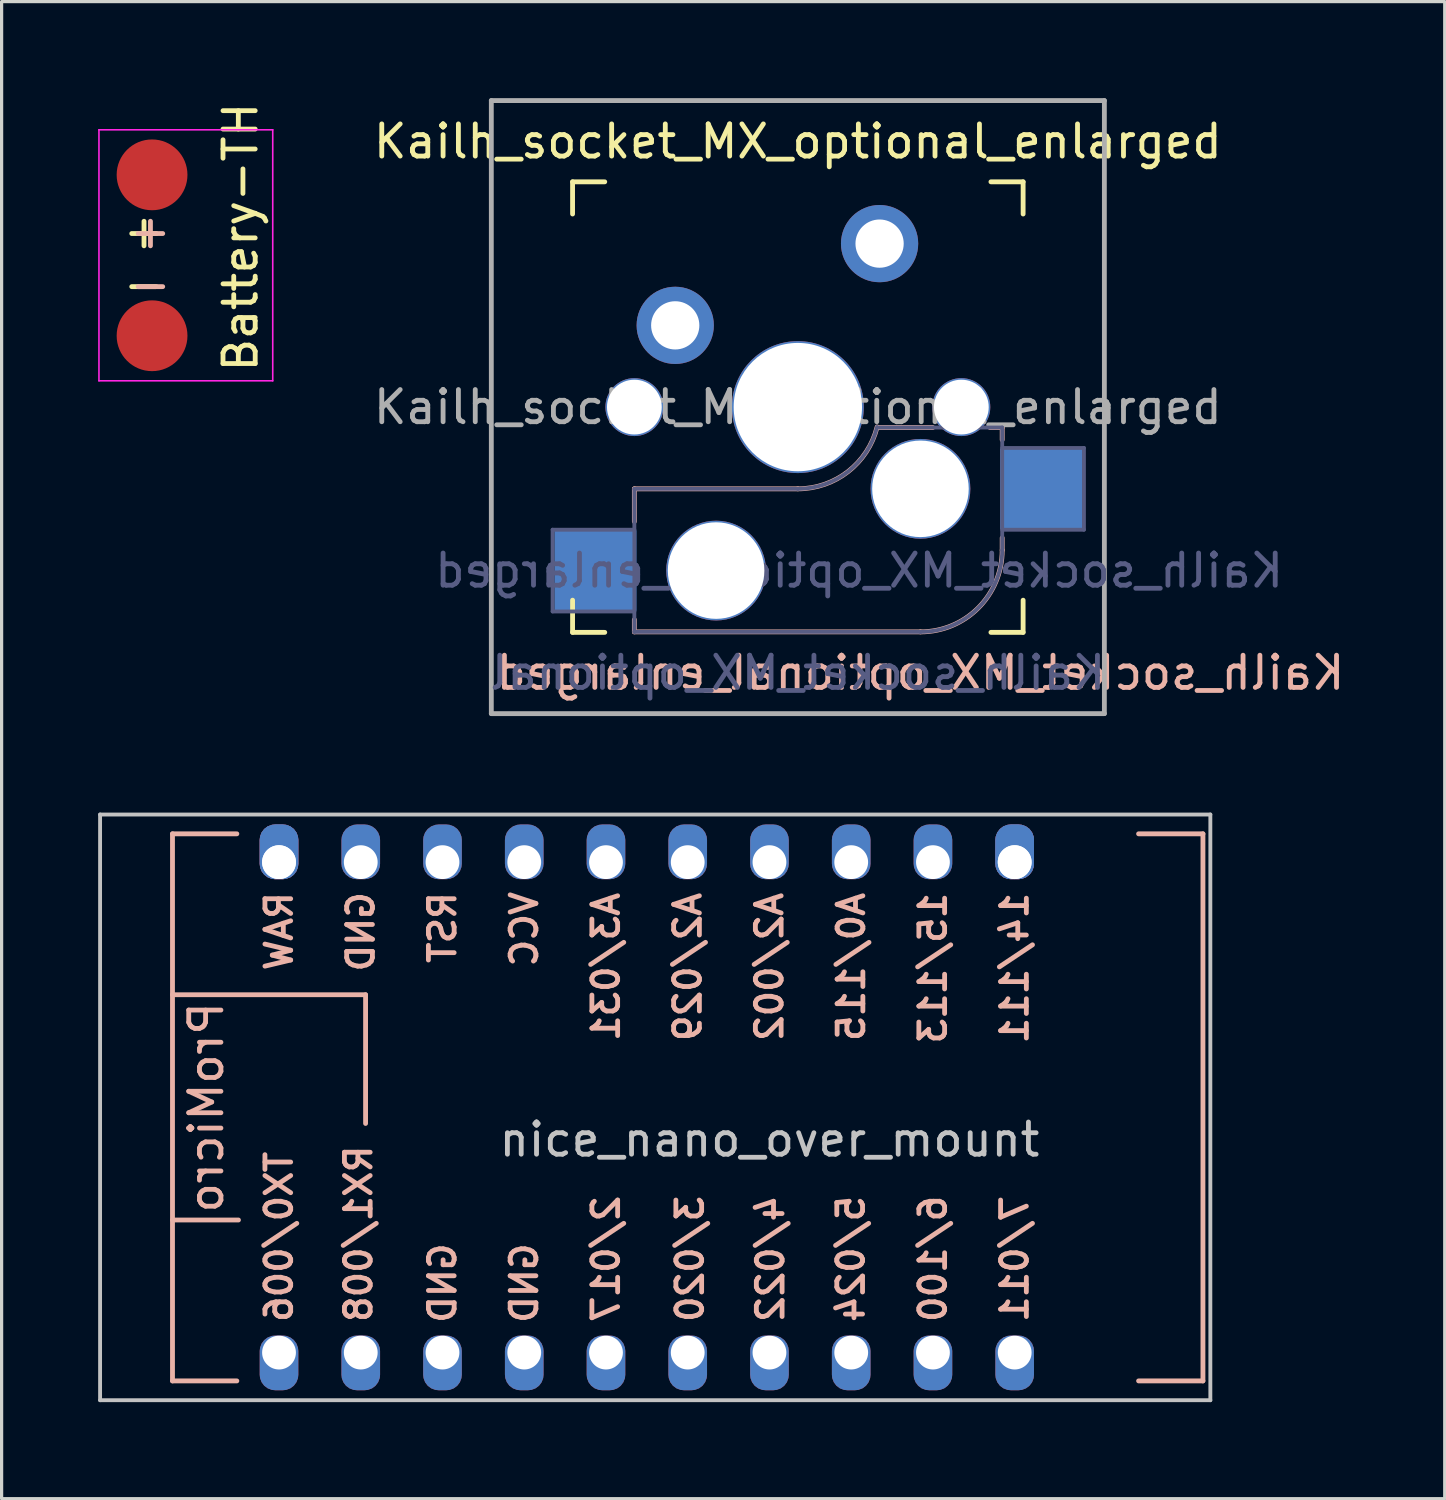
<source format=kicad_pcb>
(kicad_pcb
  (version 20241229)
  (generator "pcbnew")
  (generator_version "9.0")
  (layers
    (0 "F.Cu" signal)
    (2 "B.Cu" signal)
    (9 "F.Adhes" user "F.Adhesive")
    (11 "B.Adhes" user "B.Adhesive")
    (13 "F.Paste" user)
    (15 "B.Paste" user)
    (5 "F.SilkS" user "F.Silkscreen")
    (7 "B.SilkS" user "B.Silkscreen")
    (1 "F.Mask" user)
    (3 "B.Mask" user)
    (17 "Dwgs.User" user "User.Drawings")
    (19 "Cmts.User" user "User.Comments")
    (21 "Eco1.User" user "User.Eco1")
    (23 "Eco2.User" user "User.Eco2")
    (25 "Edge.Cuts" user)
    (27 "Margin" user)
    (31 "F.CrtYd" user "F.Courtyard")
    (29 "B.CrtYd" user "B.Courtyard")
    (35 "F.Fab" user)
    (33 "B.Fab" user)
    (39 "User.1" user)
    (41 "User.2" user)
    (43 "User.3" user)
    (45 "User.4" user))
  (footprint "Battery-TH"
    (layer "F.Cu")
    (at 2.925 4.883)
    (property "Reference" "Battery-TH" (at 1.5 3.7 90) (layer "F.SilkS") (effects (font (size 1 1) (thickness 0.15)) (justify left)))
    (attr smd)
    (fp_line (start -2.9 -3.9) (end -2.9 3.9) (stroke (width 0.05) (type solid)) (layer "F.CrtYd"))
    (fp_line (start -2.9 3.9) (end 2.5 3.9) (stroke (width 0.05) (type solid)) (layer "F.CrtYd"))
    (fp_line (start 2.5 -3.9) (end -2.9 -3.9) (stroke (width 0.05) (type solid)) (layer "F.CrtYd"))
    (fp_line (start 2.5 3.9) (end 2.5 -3.9) (stroke (width 0.05) (type solid)) (layer "F.CrtYd"))
    (fp_text user "-" (at -1.5 0.9 0) (layer "F.SilkS") (effects (font (size 1 1) (thickness 0.15))))
    (fp_text user "+" (at -1.5 -0.75 0) (layer "F.SilkS") (effects (font (size 1 1) (thickness 0.15))))
    (fp_text user "-" (at -1.3 0.9 0) (layer "B.SilkS") (effects (font (size 1 1) (thickness 0.15))))
    (fp_text user "+" (at -1.3 -0.75 180) (layer "B.SilkS") (effects (font (size 1 1) (thickness 0.15))))
    (pad "1" smd circle (at -1.25 -2.5 270) (size 2.2 2.2) (layers "F.Cu" "F.Mask" "F.Paste"))
    (pad "2" smd circle (at -1.25 2.5 270) (size 2.2 2.2) (layers "F.Cu" "F.Mask" "F.Paste")))
  (footprint "nice_nano_over_mount"
    (layer "F.Cu")
    (at 20.86 31.36)
    (property "Reference" "nice_nano_over_mount" (at 0 1 0) (layer "Dwgs.User") (effects (font (size 1 1) (thickness 0.15))))
    (attr through_hole)
    (fp_line (start -18.55 -8.5) (end -18.55 8.5) (stroke (width 0.15) (type solid)) (layer "B.SilkS"))
    (fp_line (start -18.55 -3.5) (end -12.55 -3.5) (stroke (width 0.15) (type solid)) (layer "B.SilkS"))
    (fp_line (start -18.55 8.5) (end -16.55 8.5) (stroke (width 0.15) (type solid)) (layer "B.SilkS"))
    (fp_line (start -16.55 -8.5) (end -18.55 -8.5) (stroke (width 0.15) (type solid)) (layer "B.SilkS"))
    (fp_line (start -16.5 3.5) (end -18.55 3.5) (stroke (width 0.15) (type solid)) (layer "B.SilkS"))
    (fp_line (start -12.55 -3.5) (end -12.55 0.5) (stroke (width 0.15) (type solid)) (layer "B.SilkS"))
    (fp_line (start 11.47 8.5) (end 13.47 8.5) (stroke (width 0.15) (type solid)) (layer "B.SilkS"))
    (fp_line (start 13.47 -8.5) (end 11.47 -8.5) (stroke (width 0.15) (type solid)) (layer "B.SilkS"))
    (fp_line (start 13.47 -8.5) (end 13.47 8.5) (stroke (width 0.15) (type solid)) (layer "B.SilkS"))
    (fp_line (start -20.8 -9.1) (end -20.8 9.1) (stroke (width 0.12) (type solid)) (layer "Dwgs.User"))
    (fp_line (start -20.8 -9.1) (end 13.7 -9.1) (stroke (width 0.12) (type solid)) (layer "Dwgs.User"))
    (fp_line (start -20.8 9.1) (end 13.7 9.1) (stroke (width 0.12) (type solid)) (layer "Dwgs.User"))
    (fp_line (start 13.7 -9.1) (end 13.7 9.1) (stroke (width 0.12) (type solid)) (layer "Dwgs.User"))
    (fp_text user "RX1/008" (at -12.77 6.75 90) (layer "B.SilkS") (effects (font (size 0.8 0.8) (thickness 0.15)) (justify right mirror)))
    (fp_text user "GND" (at -10.16 5.461 90) (layer "B.SilkS") (effects (font (size 0.8 0.8) (thickness 0.15)) (justify mirror)))
    (fp_text user "A2/029" (at -2.54 -6.75 90) (layer "B.SilkS") (effects (font (size 0.8 0.8) (thickness 0.15)) (justify left mirror)))
    (fp_text user "6/100" (at 5.08 6.75 90) (layer "B.SilkS") (effects (font (size 0.8 0.8) (thickness 0.15)) (justify right mirror)))
    (fp_text user "14/111" (at 7.62 -6.75 90) (layer "B.SilkS") (effects (font (size 0.8 0.8) (thickness 0.15)) (justify left mirror)))
    (fp_text user "4/022" (at 0.03 6.75 90) (layer "B.SilkS") (effects (font (size 0.8 0.8) (thickness 0.15)) (justify right mirror)))
    (fp_text user "3/020" (at -2.47 6.75 90) (layer "B.SilkS") (effects (font (size 0.8 0.8) (thickness 0.15)) (justify right mirror)))
    (fp_text user "7/011" (at 7.62 6.75 90) (layer "B.SilkS") (effects (font (size 0.8 0.8) (thickness 0.15)) (justify right mirror)))
    (fp_text user "2/017" (at -5.08 6.75 90) (layer "B.SilkS") (effects (font (size 0.8 0.8) (thickness 0.15)) (justify right mirror)))
    (fp_text user "15/113" (at 5.08 -6.75 90) (layer "B.SilkS") (effects (font (size 0.8 0.8) (thickness 0.15)) (justify left mirror)))
    (fp_text user "ProMicro" (at -17.5 0 270) (layer "B.SilkS") (effects (font (size 1 1) (thickness 0.15)) (justify mirror)))
    (fp_text user "GND" (at -12.7 -5.455 90) (layer "B.SilkS") (effects (font (size 0.8 0.8) (thickness 0.15)) (justify mirror)))
    (fp_text user "A2/002" (at 0 -6.75 90) (layer "B.SilkS") (effects (font (size 0.8 0.8) (thickness 0.15)) (justify left mirror)))
    (fp_text user "5/024" (at 2.53 6.75 90) (layer "B.SilkS") (effects (font (size 0.8 0.8) (thickness 0.15)) (justify right mirror)))
    (fp_text user "A0/115" (at 2.54 -6.75 90) (layer "B.SilkS") (effects (font (size 0.8 0.8) (thickness 0.15)) (justify left mirror)))
    (fp_text user "VCC" (at -7.62 -5.537 90) (layer "B.SilkS") (effects (font (size 0.8 0.8) (thickness 0.15)) (justify mirror)))
    (fp_text user "RAW" (at -15.24 -5.474 90) (layer "B.SilkS") (effects (font (size 0.8 0.8) (thickness 0.15)) (justify mirror)))
    (fp_text user "GND" (at -7.62 5.461 90) (layer "B.SilkS") (effects (font (size 0.8 0.8) (thickness 0.15)) (justify mirror)))
    (fp_text user "A3/031" (at -5.08 -6.75 90) (layer "B.SilkS") (effects (font (size 0.8 0.8) (thickness 0.15)) (justify left mirror)))
    (fp_text user "TX0/006" (at -15.24 6.75 90) (layer "B.SilkS") (effects (font (size 0.8 0.8) (thickness 0.15)) (justify right mirror)))
    (fp_text user "RST" (at -10.16 -5.588 90) (layer "B.SilkS") (effects (font (size 0.8 0.8) (thickness 0.15)) (justify mirror)))
    (pad "1" thru_hole roundrect (at -15.24 7.62) (size 1.2 1.7) (drill 1.05 (offset 0 0.32)) (layers "*.Cu" "*.Mask") (roundrect_rratio 0.4))
    (pad "2" thru_hole roundrect (at -12.7 7.62) (size 1.2 1.7) (drill 1.05 (offset 0 0.32)) (layers "*.Cu" "*.Mask") (roundrect_rratio 0.4))
    (pad "3" thru_hole roundrect (at -10.16 7.62) (size 1.2 1.7) (drill 1.05 (offset 0 0.32)) (layers "*.Cu" "*.Mask") (roundrect_rratio 0.4))
    (pad "4" thru_hole roundrect (at -7.62 7.62) (size 1.2 1.7) (drill 1.05 (offset 0 0.32)) (layers "*.Cu" "*.Mask") (roundrect_rratio 0.4))
    (pad "5" thru_hole roundrect (at -5.08 7.62) (size 1.2 1.7) (drill 1.05 (offset 0 0.32)) (layers "*.Cu" "*.Mask") (roundrect_rratio 0.4))
    (pad "6" thru_hole roundrect (at -2.54 7.62) (size 1.2 1.7) (drill 1.05 (offset 0 0.32)) (layers "*.Cu" "*.Mask") (roundrect_rratio 0.4))
    (pad "7" thru_hole roundrect (at 0 7.62) (size 1.2 1.7) (drill 1.05 (offset 0 0.32)) (layers "*.Cu" "*.Mask") (roundrect_rratio 0.4))
    (pad "8" thru_hole roundrect (at 2.54 7.62) (size 1.2 1.7) (drill 1.05 (offset 0 0.32)) (layers "*.Cu" "*.Mask") (roundrect_rratio 0.4))
    (pad "9" thru_hole roundrect (at 5.08 7.62) (size 1.2 1.7) (drill 1.05 (offset 0 0.32)) (layers "*.Cu" "*.Mask") (roundrect_rratio 0.4))
    (pad "10" thru_hole roundrect (at 7.62 7.62) (size 1.2 1.7) (drill 1.05 (offset 0 0.32)) (layers "*.Cu" "*.Mask") (roundrect_rratio 0.4))
    (pad "15" thru_hole roundrect (at 7.62 -7.62) (size 1.2 1.7) (drill 1.05 (offset 0 -0.32)) (layers "*.Cu" "*.Mask") (roundrect_rratio 0.4))
    (pad "15" thru_hole roundrect (at 7.62 -7.62) (size 1.2 1.7) (drill 1.05 (offset 0 -0.32)) (layers "*.Cu" "*.Mask") (roundrect_rratio 0.4))
    (pad "16" thru_hole roundrect (at 5.08 -7.62) (size 1.2 1.7) (drill 1.05 (offset 0 -0.32)) (layers "*.Cu" "*.Mask") (roundrect_rratio 0.4))
    (pad "17" thru_hole roundrect (at 2.54 -7.62) (size 1.2 1.7) (drill 1.05 (offset 0 -0.32)) (layers "*.Cu" "*.Mask") (roundrect_rratio 0.4))
    (pad "18" thru_hole roundrect (at 0 -7.62) (size 1.2 1.7) (drill 1.05 (offset 0 -0.32)) (layers "*.Cu" "*.Mask") (roundrect_rratio 0.4))
    (pad "19" thru_hole roundrect (at -2.54 -7.62) (size 1.2 1.7) (drill 1.05 (offset 0 -0.32)) (layers "*.Cu" "*.Mask") (roundrect_rratio 0.4))
    (pad "20" thru_hole roundrect (at -5.08 -7.62) (size 1.2 1.7) (drill 1.05 (offset 0 -0.32)) (layers "*.Cu" "*.Mask") (roundrect_rratio 0.4))
    (pad "21" thru_hole roundrect (at -7.62 -7.62) (size 1.2 1.7) (drill 1.05 (offset 0 -0.32)) (layers "*.Cu" "*.Mask") (roundrect_rratio 0.4))
    (pad "22" thru_hole roundrect (at -10.16 -7.62) (size 1.2 1.7) (drill 1.05 (offset 0 -0.32)) (layers "*.Cu" "*.Mask") (roundrect_rratio 0.4))
    (pad "23" thru_hole roundrect (at -12.7 -7.62) (size 1.2 1.7) (drill 1.05 (offset 0 -0.32)) (layers "*.Cu" "*.Mask") (roundrect_rratio 0.4))
    (pad "24" thru_hole roundrect (at -15.24 -7.62) (size 1.2 1.7) (drill 1.05 (offset 0 -0.32)) (layers "*.Cu" "*.Mask") (roundrect_rratio 0.4))
    (pad "24" thru_hole roundrect (at -15.24 -7.62) (size 1.2 1.7) (drill 1.05 (offset 0 -0.32)) (layers "*.Cu" "*.Mask") (roundrect_rratio 0.4)))
  (footprint "Kailh_socket_MX_optional_enlarged"
    (layer "F.Cu")
    (at 21.742 9.6)
    (property "Reference" "Kailh_socket_MX_optional_enlarged" (at 0 -8.255 0) (layer "F.SilkS") (effects (font (size 1 1) (thickness 0.15))))
    (property "Value" "Kailh_socket_MX_optional" (at 0 8.255 0) (layer "F.Fab") (hide yes) (effects (font (size 1 1) (thickness 0.15))))
    (attr through_hole)
    (fp_line (start -7 -6) (end -7 -7) (stroke (width 0.15) (type solid)) (layer "F.SilkS"))
    (fp_line (start -7 7) (end -7 6) (stroke (width 0.15) (type solid)) (layer "F.SilkS"))
    (fp_line (start -7 7) (end -6 7) (stroke (width 0.15) (type solid)) (layer "F.SilkS"))
    (fp_line (start -6 -7) (end -7 -7) (stroke (width 0.15) (type solid)) (layer "F.SilkS"))
    (fp_line (start 6 7) (end 7 7) (stroke (width 0.15) (type solid)) (layer "F.SilkS"))
    (fp_line (start 7 -7) (end 6 -7) (stroke (width 0.15) (type solid)) (layer "F.SilkS"))
    (fp_line (start 7 -7) (end 7 -6) (stroke (width 0.15) (type solid)) (layer "F.SilkS"))
    (fp_line (start 7 6) (end 7 7) (stroke (width 0.15) (type solid)) (layer "F.SilkS"))
    (fp_line (start -5.08 2.54) (end -5.08 3.556) (stroke (width 0.15) (type solid)) (layer "B.SilkS"))
    (fp_line (start -5.08 6.604) (end -5.08 6.985) (stroke (width 0.15) (type solid)) (layer "B.SilkS"))
    (fp_line (start -5.08 6.985) (end 3.81 6.985) (stroke (width 0.15) (type solid)) (layer "B.SilkS"))
    (fp_line (start 0 2.54) (end -5.08 2.54) (stroke (width 0.15) (type solid)) (layer "B.SilkS"))
    (fp_line (start 4.191 0.635) (end 2.54 0.635) (stroke (width 0.15) (type solid)) (layer "B.SilkS"))
    (fp_line (start 6.35 0.635) (end 5.969 0.635) (stroke (width 0.15) (type solid)) (layer "B.SilkS"))
    (fp_line (start 6.35 1.016) (end 6.35 0.635) (stroke (width 0.15) (type solid)) (layer "B.SilkS"))
    (fp_line (start 6.35 4.445) (end 6.35 4.064) (stroke (width 0.15) (type solid)) (layer "B.SilkS"))
    (fp_arc (start 2.464162 0.61604) (mid 1.563147 2.002042) (end 0 2.54) (stroke (width 0.15) (type solid)) (layer "B.SilkS"))
    (fp_arc (start 6.35 4.445) (mid 5.606051 6.241051) (end 3.81 6.985) (stroke (width 0.15) (type solid)) (layer "B.SilkS"))
    (fp_line (start -6.9 6.9) (end -6.9 -6.9) (stroke (width 0.15) (type solid)) (layer "Eco2.User"))
    (fp_line (start -6.9 6.9) (end 6.9 6.9) (stroke (width 0.15) (type solid)) (layer "Eco2.User"))
    (fp_line (start 6.9 -6.9) (end -6.9 -6.9) (stroke (width 0.15) (type solid)) (layer "Eco2.User"))
    (fp_line (start 6.9 -6.9) (end 6.9 6.9) (stroke (width 0.15) (type solid)) (layer "Eco2.User"))
    (fp_line (start -7.62 3.81) (end -7.62 6.35) (stroke (width 0.12) (type solid)) (layer "B.Fab"))
    (fp_line (start -7.62 6.35) (end -5.08 6.35) (stroke (width 0.12) (type solid)) (layer "B.Fab"))
    (fp_line (start -5.08 2.54) (end -5.08 6.985) (stroke (width 0.12) (type solid)) (layer "B.Fab"))
    (fp_line (start -5.08 3.81) (end -7.62 3.81) (stroke (width 0.12) (type solid)) (layer "B.Fab"))
    (fp_line (start -5.08 6.985) (end 3.81 6.985) (stroke (width 0.12) (type solid)) (layer "B.Fab"))
    (fp_line (start 0 2.54) (end -5.08 2.54) (stroke (width 0.12) (type solid)) (layer "B.Fab"))
    (fp_line (start 6.35 0.635) (end 2.54 0.635) (stroke (width 0.12) (type solid)) (layer "B.Fab"))
    (fp_line (start 6.35 3.81) (end 8.89 3.81) (stroke (width 0.12) (type solid)) (layer "B.Fab"))
    (fp_line (start 6.35 4.445) (end 6.35 0.635) (stroke (width 0.12) (type solid)) (layer "B.Fab"))
    (fp_line (start 8.89 1.27) (end 6.35 1.27) (stroke (width 0.12) (type solid)) (layer "B.Fab"))
    (fp_line (start 8.89 3.81) (end 8.89 1.27) (stroke (width 0.12) (type solid)) (layer "B.Fab"))
    (fp_arc (start 2.464162 0.61604) (mid 1.563147 2.002042) (end 0 2.54) (stroke (width 0.12) (type solid)) (layer "B.Fab"))
    (fp_arc (start 6.35 4.445) (mid 5.606051 6.241051) (end 3.81 6.985) (stroke (width 0.12) (type solid)) (layer "B.Fab"))
    (fp_line (start -9.525 -9.525) (end 9.525 -9.525) (stroke (width 0.15) (type solid)) (layer "F.Fab"))
    (fp_line (start -9.525 9.525) (end -9.525 -9.525) (stroke (width 0.15) (type solid)) (layer "F.Fab"))
    (fp_line (start 9.525 -9.525) (end 9.525 9.525) (stroke (width 0.15) (type solid)) (layer "F.Fab"))
    (fp_line (start 9.525 9.525) (end -9.525 9.525) (stroke (width 0.15) (type solid)) (layer "F.Fab"))
    (fp_text user "${REFERENCE}" (at 3.81 8.255 0) (layer "B.SilkS") (effects (font (size 1 1) (thickness 0.15)) (justify mirror)))
    (fp_text user "${VALUE}" (at 0 8.255 0) (layer "B.Fab") (effects (font (size 1 1) (thickness 0.15)) (justify mirror)))
    (fp_text user "${REFERENCE}" (at 1.905 5.08 0) (layer "B.Fab") (effects (font (size 1 1) (thickness 0.15)) (justify mirror)))
    (fp_text user "${REFERENCE}" (at 0 0 0) (layer "F.Fab") (effects (font (size 1 1) (thickness 0.15))))
    (pad "" np_thru_hole circle (at -5.08 0) (size 1.8 1.8) (drill 1.702) (layers "*.Cu" "*.Mask"))
    (pad "" np_thru_hole circle (at -2.54 5.08) (size 3.1 3.1) (drill 3) (layers "*.Cu" "*.Mask"))
    (pad "" np_thru_hole circle (at 0 0) (size 4.1 4.1) (drill 3.988) (layers "*.Cu" "*.Mask"))
    (pad "" np_thru_hole circle (at 3.81 2.54) (size 3.1 3.1) (drill 3) (layers "*.Cu" "*.Mask"))
    (pad "" np_thru_hole circle (at 5.08 0) (size 1.8 1.8) (drill 1.702) (layers "*.Cu" "*.Mask"))
    (pad "1" smd rect (at -6.29 5.08) (size 2.55 2.5) (layers "B.Cu" "B.Mask" "B.Paste"))
    (pad "1" thru_hole circle (at 2.54 -5.08) (size 2.4 2.4) (drill 1.499) (layers "*.Cu" "*.Mask"))
    (pad "2" thru_hole circle (at -3.81 -2.54) (size 2.4 2.4) (drill 1.499) (layers "*.Cu" "*.Mask"))
    (pad "2" smd rect (at 7.56 2.54) (size 2.55 2.5) (layers "B.Cu" "B.Mask" "B.Paste")))
  (gr_rect
    (start -3 -3)
    (end 41.843 43.52)
    (stroke (width 0.1) (type default))
    (fill no)
    (layer "Edge.Cuts")))
</source>
